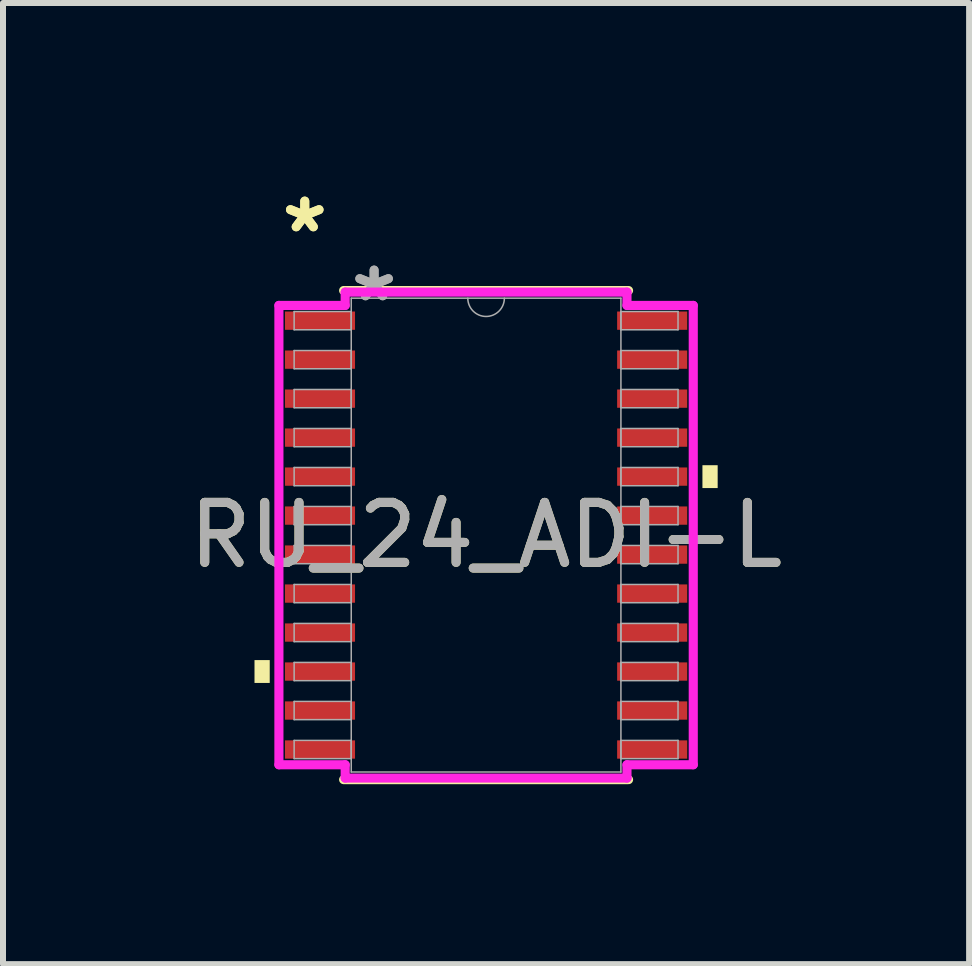
<source format=kicad_pcb>
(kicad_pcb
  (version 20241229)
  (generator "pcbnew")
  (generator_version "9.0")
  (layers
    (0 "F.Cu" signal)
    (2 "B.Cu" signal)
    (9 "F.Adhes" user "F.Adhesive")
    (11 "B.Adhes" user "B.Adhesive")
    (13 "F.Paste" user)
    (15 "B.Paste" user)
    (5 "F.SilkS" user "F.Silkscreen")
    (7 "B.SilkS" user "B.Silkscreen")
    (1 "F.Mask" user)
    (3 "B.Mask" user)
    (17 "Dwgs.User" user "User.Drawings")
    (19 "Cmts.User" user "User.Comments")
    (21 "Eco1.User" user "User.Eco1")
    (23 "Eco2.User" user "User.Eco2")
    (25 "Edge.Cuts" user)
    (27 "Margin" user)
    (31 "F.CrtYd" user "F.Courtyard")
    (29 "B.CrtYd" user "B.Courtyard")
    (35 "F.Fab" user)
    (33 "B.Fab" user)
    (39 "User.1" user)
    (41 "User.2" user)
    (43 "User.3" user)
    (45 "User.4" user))
  (footprint "RU_24_ADI-L"
    (layer "F.Cu")
    (at 5.054 5.871)
    (property "Reference" "RU_24_ADI-L" (at 0 0 0) (unlocked yes) (layer "F.SilkS") (effects (font (size 1 1) (thickness 0.15))))
    (attr smd)
    (fp_line (start -2.375 4.077) (end 2.375 4.077) (stroke (width 0.152) (type solid)) (layer "F.SilkS"))
    (fp_line (start 2.375 -4.077) (end -2.375 -4.077) (stroke (width 0.152) (type solid)) (layer "F.SilkS"))
    (fp_poly (pts (xy -3.861 2.084) (xy -3.861 2.465) (xy -3.607 2.465) (xy -3.607 2.084)) (stroke (width 0) (type solid)) (fill yes) (layer "F.SilkS"))
    (fp_poly (pts (xy 3.861 -1.165) (xy 3.861 -0.784) (xy 3.607 -0.784) (xy 3.607 -1.165)) (stroke (width 0) (type solid)) (fill yes) (layer "F.SilkS"))
    (fp_line (start -3.454 -3.829) (end -2.349 -3.829) (stroke (width 0.152) (type solid)) (layer "F.CrtYd"))
    (fp_line (start -3.454 3.829) (end -3.454 -3.829) (stroke (width 0.152) (type solid)) (layer "F.CrtYd"))
    (fp_line (start -3.454 3.829) (end -2.349 3.829) (stroke (width 0.152) (type solid)) (layer "F.CrtYd"))
    (fp_line (start -2.349 -4.051) (end 2.349 -4.051) (stroke (width 0.152) (type solid)) (layer "F.CrtYd"))
    (fp_line (start -2.349 -3.829) (end -2.349 -4.051) (stroke (width 0.152) (type solid)) (layer "F.CrtYd"))
    (fp_line (start -2.349 4.051) (end -2.349 3.829) (stroke (width 0.152) (type solid)) (layer "F.CrtYd"))
    (fp_line (start 2.349 -4.051) (end 2.349 -3.829) (stroke (width 0.152) (type solid)) (layer "F.CrtYd"))
    (fp_line (start 2.349 3.829) (end 2.349 4.051) (stroke (width 0.152) (type solid)) (layer "F.CrtYd"))
    (fp_line (start 2.349 4.051) (end -2.349 4.051) (stroke (width 0.152) (type solid)) (layer "F.CrtYd"))
    (fp_line (start 3.454 -3.829) (end 2.349 -3.829) (stroke (width 0.152) (type solid)) (layer "F.CrtYd"))
    (fp_line (start 3.454 -3.829) (end 3.454 3.829) (stroke (width 0.152) (type solid)) (layer "F.CrtYd"))
    (fp_line (start 3.454 3.829) (end 2.349 3.829) (stroke (width 0.152) (type solid)) (layer "F.CrtYd"))
    (fp_line (start -3.2 -3.727) (end -3.2 -3.423) (stroke (width 0.025) (type solid)) (layer "F.Fab"))
    (fp_line (start -3.2 -3.423) (end -2.248 -3.423) (stroke (width 0.025) (type solid)) (layer "F.Fab"))
    (fp_line (start -3.2 -3.077) (end -3.2 -2.773) (stroke (width 0.025) (type solid)) (layer "F.Fab"))
    (fp_line (start -3.2 -2.773) (end -2.248 -2.773) (stroke (width 0.025) (type solid)) (layer "F.Fab"))
    (fp_line (start -3.2 -2.427) (end -3.2 -2.123) (stroke (width 0.025) (type solid)) (layer "F.Fab"))
    (fp_line (start -3.2 -2.123) (end -2.248 -2.123) (stroke (width 0.025) (type solid)) (layer "F.Fab"))
    (fp_line (start -3.2 -1.777) (end -3.2 -1.473) (stroke (width 0.025) (type solid)) (layer "F.Fab"))
    (fp_line (start -3.2 -1.473) (end -2.248 -1.473) (stroke (width 0.025) (type solid)) (layer "F.Fab"))
    (fp_line (start -3.2 -1.127) (end -3.2 -0.823) (stroke (width 0.025) (type solid)) (layer "F.Fab"))
    (fp_line (start -3.2 -0.823) (end -2.248 -0.823) (stroke (width 0.025) (type solid)) (layer "F.Fab"))
    (fp_line (start -3.2 -0.477) (end -3.2 -0.173) (stroke (width 0.025) (type solid)) (layer "F.Fab"))
    (fp_line (start -3.2 -0.173) (end -2.248 -0.173) (stroke (width 0.025) (type solid)) (layer "F.Fab"))
    (fp_line (start -3.2 0.173) (end -3.2 0.477) (stroke (width 0.025) (type solid)) (layer "F.Fab"))
    (fp_line (start -3.2 0.477) (end -2.248 0.477) (stroke (width 0.025) (type solid)) (layer "F.Fab"))
    (fp_line (start -3.2 0.823) (end -3.2 1.127) (stroke (width 0.025) (type solid)) (layer "F.Fab"))
    (fp_line (start -3.2 1.127) (end -2.248 1.127) (stroke (width 0.025) (type solid)) (layer "F.Fab"))
    (fp_line (start -3.2 1.473) (end -3.2 1.777) (stroke (width 0.025) (type solid)) (layer "F.Fab"))
    (fp_line (start -3.2 1.777) (end -2.248 1.777) (stroke (width 0.025) (type solid)) (layer "F.Fab"))
    (fp_line (start -3.2 2.123) (end -3.2 2.427) (stroke (width 0.025) (type solid)) (layer "F.Fab"))
    (fp_line (start -3.2 2.427) (end -2.248 2.427) (stroke (width 0.025) (type solid)) (layer "F.Fab"))
    (fp_line (start -3.2 2.773) (end -3.2 3.077) (stroke (width 0.025) (type solid)) (layer "F.Fab"))
    (fp_line (start -3.2 3.077) (end -2.248 3.077) (stroke (width 0.025) (type solid)) (layer "F.Fab"))
    (fp_line (start -3.2 3.423) (end -3.2 3.727) (stroke (width 0.025) (type solid)) (layer "F.Fab"))
    (fp_line (start -3.2 3.727) (end -2.248 3.727) (stroke (width 0.025) (type solid)) (layer "F.Fab"))
    (fp_line (start -2.248 -3.95) (end -2.248 3.95) (stroke (width 0.025) (type solid)) (layer "F.Fab"))
    (fp_line (start -2.248 -3.727) (end -3.2 -3.727) (stroke (width 0.025) (type solid)) (layer "F.Fab"))
    (fp_line (start -2.248 -3.423) (end -2.248 -3.727) (stroke (width 0.025) (type solid)) (layer "F.Fab"))
    (fp_line (start -2.248 -3.077) (end -3.2 -3.077) (stroke (width 0.025) (type solid)) (layer "F.Fab"))
    (fp_line (start -2.248 -2.773) (end -2.248 -3.077) (stroke (width 0.025) (type solid)) (layer "F.Fab"))
    (fp_line (start -2.248 -2.427) (end -3.2 -2.427) (stroke (width 0.025) (type solid)) (layer "F.Fab"))
    (fp_line (start -2.248 -2.123) (end -2.248 -2.427) (stroke (width 0.025) (type solid)) (layer "F.Fab"))
    (fp_line (start -2.248 -1.777) (end -3.2 -1.777) (stroke (width 0.025) (type solid)) (layer "F.Fab"))
    (fp_line (start -2.248 -1.473) (end -2.248 -1.777) (stroke (width 0.025) (type solid)) (layer "F.Fab"))
    (fp_line (start -2.248 -1.127) (end -3.2 -1.127) (stroke (width 0.025) (type solid)) (layer "F.Fab"))
    (fp_line (start -2.248 -0.823) (end -2.248 -1.127) (stroke (width 0.025) (type solid)) (layer "F.Fab"))
    (fp_line (start -2.248 -0.477) (end -3.2 -0.477) (stroke (width 0.025) (type solid)) (layer "F.Fab"))
    (fp_line (start -2.248 -0.173) (end -2.248 -0.477) (stroke (width 0.025) (type solid)) (layer "F.Fab"))
    (fp_line (start -2.248 0.173) (end -3.2 0.173) (stroke (width 0.025) (type solid)) (layer "F.Fab"))
    (fp_line (start -2.248 0.477) (end -2.248 0.173) (stroke (width 0.025) (type solid)) (layer "F.Fab"))
    (fp_line (start -2.248 0.823) (end -3.2 0.823) (stroke (width 0.025) (type solid)) (layer "F.Fab"))
    (fp_line (start -2.248 1.127) (end -2.248 0.823) (stroke (width 0.025) (type solid)) (layer "F.Fab"))
    (fp_line (start -2.248 1.473) (end -3.2 1.473) (stroke (width 0.025) (type solid)) (layer "F.Fab"))
    (fp_line (start -2.248 1.777) (end -2.248 1.473) (stroke (width 0.025) (type solid)) (layer "F.Fab"))
    (fp_line (start -2.248 2.123) (end -3.2 2.123) (stroke (width 0.025) (type solid)) (layer "F.Fab"))
    (fp_line (start -2.248 2.427) (end -2.248 2.123) (stroke (width 0.025) (type solid)) (layer "F.Fab"))
    (fp_line (start -2.248 2.773) (end -3.2 2.773) (stroke (width 0.025) (type solid)) (layer "F.Fab"))
    (fp_line (start -2.248 3.077) (end -2.248 2.773) (stroke (width 0.025) (type solid)) (layer "F.Fab"))
    (fp_line (start -2.248 3.423) (end -3.2 3.423) (stroke (width 0.025) (type solid)) (layer "F.Fab"))
    (fp_line (start -2.248 3.727) (end -2.248 3.423) (stroke (width 0.025) (type solid)) (layer "F.Fab"))
    (fp_line (start -2.248 3.95) (end 2.248 3.95) (stroke (width 0.025) (type solid)) (layer "F.Fab"))
    (fp_line (start 2.248 -3.95) (end -2.248 -3.95) (stroke (width 0.025) (type solid)) (layer "F.Fab"))
    (fp_line (start 2.248 -3.727) (end 2.248 -3.423) (stroke (width 0.025) (type solid)) (layer "F.Fab"))
    (fp_line (start 2.248 -3.423) (end 3.2 -3.423) (stroke (width 0.025) (type solid)) (layer "F.Fab"))
    (fp_line (start 2.248 -3.077) (end 2.248 -2.773) (stroke (width 0.025) (type solid)) (layer "F.Fab"))
    (fp_line (start 2.248 -2.773) (end 3.2 -2.773) (stroke (width 0.025) (type solid)) (layer "F.Fab"))
    (fp_line (start 2.248 -2.427) (end 2.248 -2.123) (stroke (width 0.025) (type solid)) (layer "F.Fab"))
    (fp_line (start 2.248 -2.123) (end 3.2 -2.123) (stroke (width 0.025) (type solid)) (layer "F.Fab"))
    (fp_line (start 2.248 -1.777) (end 2.248 -1.473) (stroke (width 0.025) (type solid)) (layer "F.Fab"))
    (fp_line (start 2.248 -1.473) (end 3.2 -1.473) (stroke (width 0.025) (type solid)) (layer "F.Fab"))
    (fp_line (start 2.248 -1.127) (end 2.248 -0.823) (stroke (width 0.025) (type solid)) (layer "F.Fab"))
    (fp_line (start 2.248 -0.823) (end 3.2 -0.823) (stroke (width 0.025) (type solid)) (layer "F.Fab"))
    (fp_line (start 2.248 -0.477) (end 2.248 -0.173) (stroke (width 0.025) (type solid)) (layer "F.Fab"))
    (fp_line (start 2.248 -0.173) (end 3.2 -0.173) (stroke (width 0.025) (type solid)) (layer "F.Fab"))
    (fp_line (start 2.248 0.173) (end 2.248 0.477) (stroke (width 0.025) (type solid)) (layer "F.Fab"))
    (fp_line (start 2.248 0.477) (end 3.2 0.477) (stroke (width 0.025) (type solid)) (layer "F.Fab"))
    (fp_line (start 2.248 0.823) (end 2.248 1.127) (stroke (width 0.025) (type solid)) (layer "F.Fab"))
    (fp_line (start 2.248 1.127) (end 3.2 1.127) (stroke (width 0.025) (type solid)) (layer "F.Fab"))
    (fp_line (start 2.248 1.473) (end 2.248 1.777) (stroke (width 0.025) (type solid)) (layer "F.Fab"))
    (fp_line (start 2.248 1.777) (end 3.2 1.777) (stroke (width 0.025) (type solid)) (layer "F.Fab"))
    (fp_line (start 2.248 2.123) (end 2.248 2.427) (stroke (width 0.025) (type solid)) (layer "F.Fab"))
    (fp_line (start 2.248 2.427) (end 3.2 2.427) (stroke (width 0.025) (type solid)) (layer "F.Fab"))
    (fp_line (start 2.248 2.773) (end 2.248 3.077) (stroke (width 0.025) (type solid)) (layer "F.Fab"))
    (fp_line (start 2.248 3.077) (end 3.2 3.077) (stroke (width 0.025) (type solid)) (layer "F.Fab"))
    (fp_line (start 2.248 3.423) (end 2.248 3.727) (stroke (width 0.025) (type solid)) (layer "F.Fab"))
    (fp_line (start 2.248 3.727) (end 3.2 3.727) (stroke (width 0.025) (type solid)) (layer "F.Fab"))
    (fp_line (start 2.248 3.95) (end 2.248 -3.95) (stroke (width 0.025) (type solid)) (layer "F.Fab"))
    (fp_line (start 3.2 -3.727) (end 2.248 -3.727) (stroke (width 0.025) (type solid)) (layer "F.Fab"))
    (fp_line (start 3.2 -3.423) (end 3.2 -3.727) (stroke (width 0.025) (type solid)) (layer "F.Fab"))
    (fp_line (start 3.2 -3.077) (end 2.248 -3.077) (stroke (width 0.025) (type solid)) (layer "F.Fab"))
    (fp_line (start 3.2 -2.773) (end 3.2 -3.077) (stroke (width 0.025) (type solid)) (layer "F.Fab"))
    (fp_line (start 3.2 -2.427) (end 2.248 -2.427) (stroke (width 0.025) (type solid)) (layer "F.Fab"))
    (fp_line (start 3.2 -2.123) (end 3.2 -2.427) (stroke (width 0.025) (type solid)) (layer "F.Fab"))
    (fp_line (start 3.2 -1.777) (end 2.248 -1.777) (stroke (width 0.025) (type solid)) (layer "F.Fab"))
    (fp_line (start 3.2 -1.473) (end 3.2 -1.777) (stroke (width 0.025) (type solid)) (layer "F.Fab"))
    (fp_line (start 3.2 -1.127) (end 2.248 -1.127) (stroke (width 0.025) (type solid)) (layer "F.Fab"))
    (fp_line (start 3.2 -0.823) (end 3.2 -1.127) (stroke (width 0.025) (type solid)) (layer "F.Fab"))
    (fp_line (start 3.2 -0.477) (end 2.248 -0.477) (stroke (width 0.025) (type solid)) (layer "F.Fab"))
    (fp_line (start 3.2 -0.173) (end 3.2 -0.477) (stroke (width 0.025) (type solid)) (layer "F.Fab"))
    (fp_line (start 3.2 0.173) (end 2.248 0.173) (stroke (width 0.025) (type solid)) (layer "F.Fab"))
    (fp_line (start 3.2 0.477) (end 3.2 0.173) (stroke (width 0.025) (type solid)) (layer "F.Fab"))
    (fp_line (start 3.2 0.823) (end 2.248 0.823) (stroke (width 0.025) (type solid)) (layer "F.Fab"))
    (fp_line (start 3.2 1.127) (end 3.2 0.823) (stroke (width 0.025) (type solid)) (layer "F.Fab"))
    (fp_line (start 3.2 1.473) (end 2.248 1.473) (stroke (width 0.025) (type solid)) (layer "F.Fab"))
    (fp_line (start 3.2 1.777) (end 3.2 1.473) (stroke (width 0.025) (type solid)) (layer "F.Fab"))
    (fp_line (start 3.2 2.123) (end 2.248 2.123) (stroke (width 0.025) (type solid)) (layer "F.Fab"))
    (fp_line (start 3.2 2.427) (end 3.2 2.123) (stroke (width 0.025) (type solid)) (layer "F.Fab"))
    (fp_line (start 3.2 2.773) (end 2.248 2.773) (stroke (width 0.025) (type solid)) (layer "F.Fab"))
    (fp_line (start 3.2 3.077) (end 3.2 2.773) (stroke (width 0.025) (type solid)) (layer "F.Fab"))
    (fp_line (start 3.2 3.423) (end 2.248 3.423) (stroke (width 0.025) (type solid)) (layer "F.Fab"))
    (fp_line (start 3.2 3.727) (end 3.2 3.423) (stroke (width 0.025) (type solid)) (layer "F.Fab"))
    (fp_arc (start 0.3048 -3.9497) (mid 0 -3.6449) (end -0.3048 -3.9497) (stroke (width 0.0254) (type solid)) (layer "F.Fab"))
    (fp_text user "*" (at -3.023 -5.023 0) (unlocked yes) (layer "F.SilkS") (effects (font (size 1 1) (thickness 0.15))))
    (fp_text user "*" (at -3.023 -5.023 0) (layer "F.SilkS") (effects (font (size 1 1) (thickness 0.15))))
    (fp_text user "${REFERENCE}" (at 0 0 0) (unlocked yes) (layer "F.Fab") (effects (font (size 1 1) (thickness 0.15))))
    (fp_text user "*" (at -1.867 -3.873 0) (unlocked yes) (layer "F.Fab") (effects (font (size 1 1) (thickness 0.15))))
    (fp_text user "*" (at -1.867 -3.873 0) (layer "F.Fab") (effects (font (size 1 1) (thickness 0.15))))
    (pad "1" smd rect (at -2.769 -3.575) (size 1.168 0.305) (layers "F.Cu" "F.Mask" "F.Paste"))
    (pad "2" smd rect (at -2.769 -2.925) (size 1.168 0.305) (layers "F.Cu" "F.Mask" "F.Paste"))
    (pad "3" smd rect (at -2.769 -2.275) (size 1.168 0.305) (layers "F.Cu" "F.Mask" "F.Paste"))
    (pad "4" smd rect (at -2.769 -1.625) (size 1.168 0.305) (layers "F.Cu" "F.Mask" "F.Paste"))
    (pad "5" smd rect (at -2.769 -0.975) (size 1.168 0.305) (layers "F.Cu" "F.Mask" "F.Paste"))
    (pad "6" smd rect (at -2.769 -0.325) (size 1.168 0.305) (layers "F.Cu" "F.Mask" "F.Paste"))
    (pad "7" smd rect (at -2.769 0.325) (size 1.168 0.305) (layers "F.Cu" "F.Mask" "F.Paste"))
    (pad "8" smd rect (at -2.769 0.975) (size 1.168 0.305) (layers "F.Cu" "F.Mask" "F.Paste"))
    (pad "9" smd rect (at -2.769 1.625) (size 1.168 0.305) (layers "F.Cu" "F.Mask" "F.Paste"))
    (pad "10" smd rect (at -2.769 2.275) (size 1.168 0.305) (layers "F.Cu" "F.Mask" "F.Paste"))
    (pad "11" smd rect (at -2.769 2.925) (size 1.168 0.305) (layers "F.Cu" "F.Mask" "F.Paste"))
    (pad "12" smd rect (at -2.769 3.575) (size 1.168 0.305) (layers "F.Cu" "F.Mask" "F.Paste"))
    (pad "13" smd rect (at 2.769 3.575) (size 1.168 0.305) (layers "F.Cu" "F.Mask" "F.Paste"))
    (pad "14" smd rect (at 2.769 2.925) (size 1.168 0.305) (layers "F.Cu" "F.Mask" "F.Paste"))
    (pad "15" smd rect (at 2.769 2.275) (size 1.168 0.305) (layers "F.Cu" "F.Mask" "F.Paste"))
    (pad "16" smd rect (at 2.769 1.625) (size 1.168 0.305) (layers "F.Cu" "F.Mask" "F.Paste"))
    (pad "17" smd rect (at 2.769 0.975) (size 1.168 0.305) (layers "F.Cu" "F.Mask" "F.Paste"))
    (pad "18" smd rect (at 2.769 0.325) (size 1.168 0.305) (layers "F.Cu" "F.Mask" "F.Paste"))
    (pad "19" smd rect (at 2.769 -0.325) (size 1.168 0.305) (layers "F.Cu" "F.Mask" "F.Paste"))
    (pad "20" smd rect (at 2.769 -0.975) (size 1.168 0.305) (layers "F.Cu" "F.Mask" "F.Paste"))
    (pad "21" smd rect (at 2.769 -1.625) (size 1.168 0.305) (layers "F.Cu" "F.Mask" "F.Paste"))
    (pad "22" smd rect (at 2.769 -2.275) (size 1.168 0.305) (layers "F.Cu" "F.Mask" "F.Paste"))
    (pad "23" smd rect (at 2.769 -2.925) (size 1.168 0.305) (layers "F.Cu" "F.Mask" "F.Paste"))
    (pad "24" smd rect (at 2.769 -3.575) (size 1.168 0.305) (layers "F.Cu" "F.Mask" "F.Paste")))
  (gr_rect
    (start -3 -3)
    (end 13.107 13.024)
    (stroke (width 0.1) (type default))
    (fill no)
    (layer "Edge.Cuts")))
</source>
